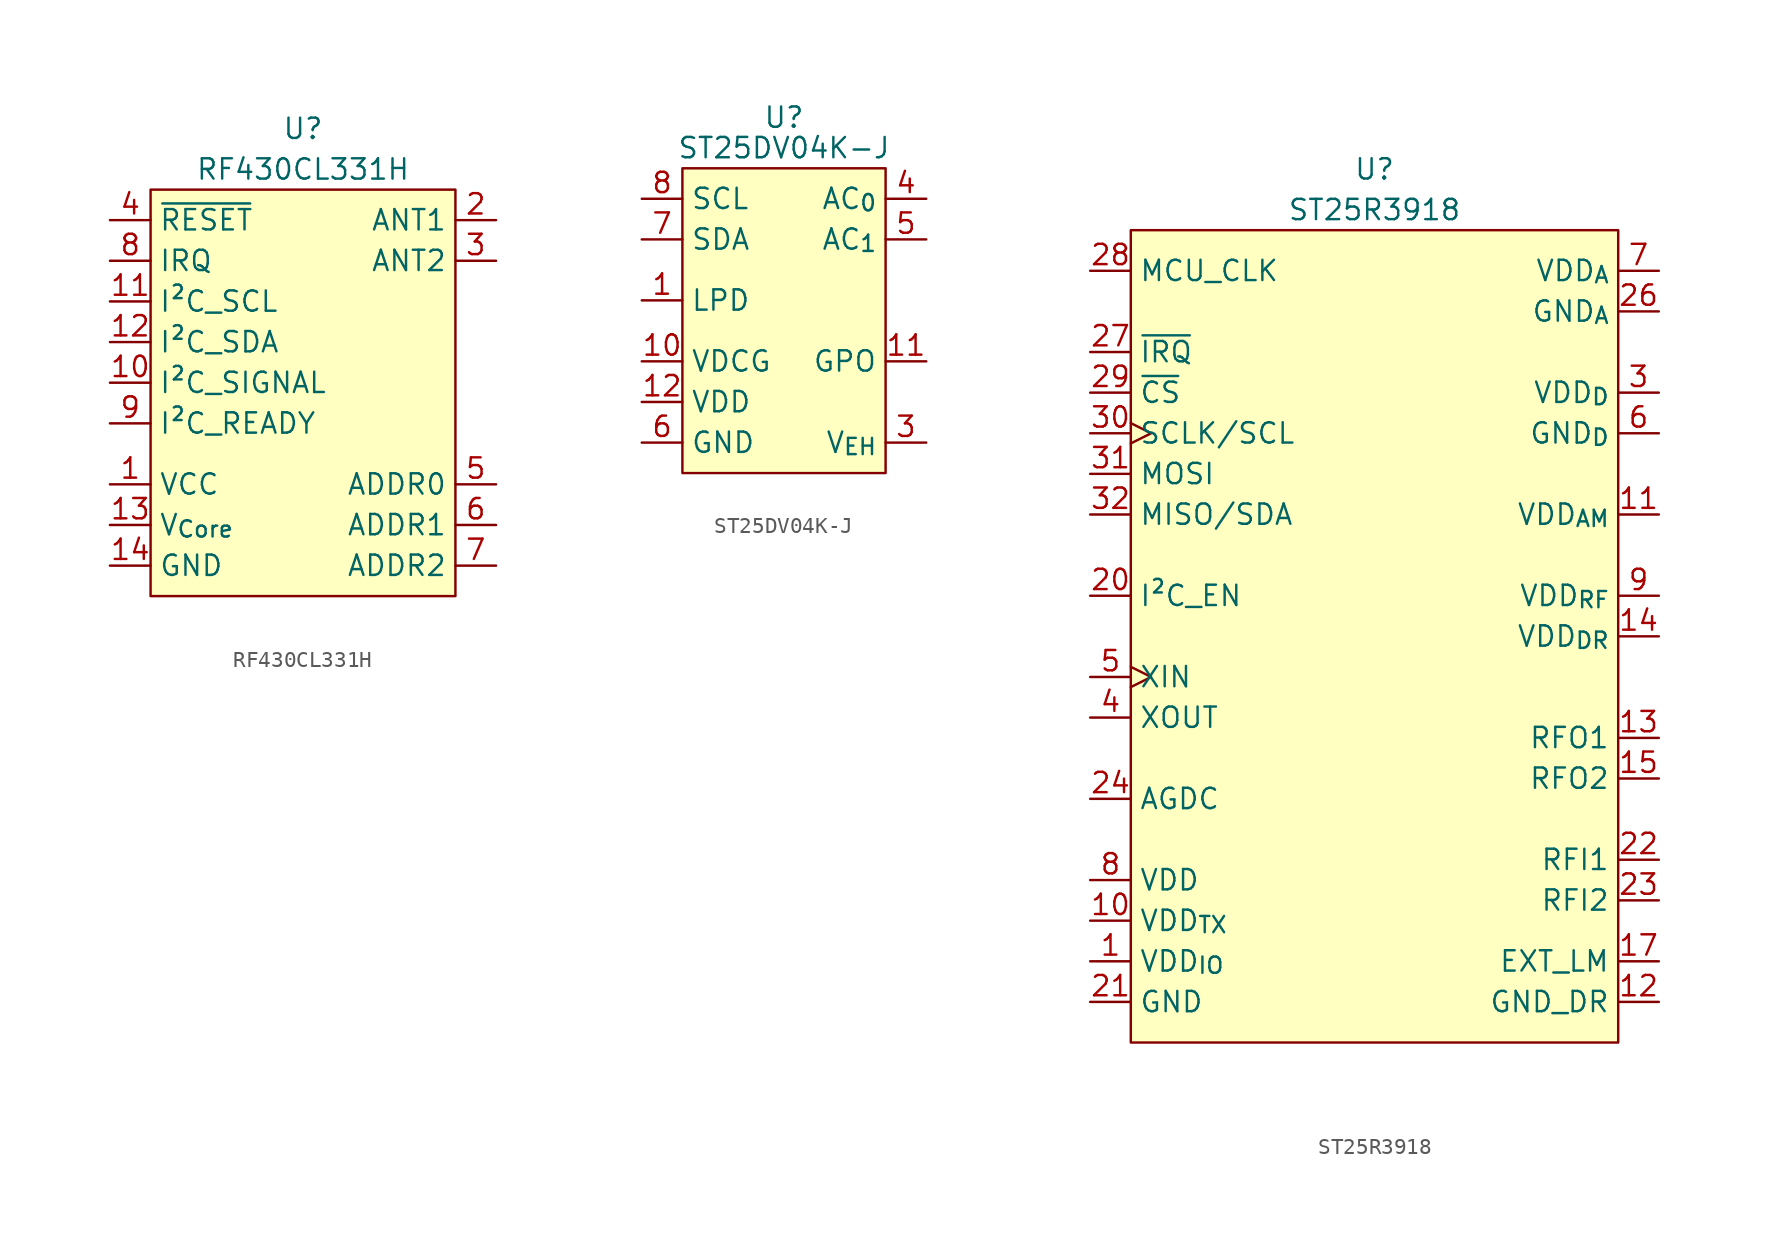
<source format=kicad_sym>
(kicad_symbol_lib
  (version 20220914)
  (generator kicad_symbol_editor)
  (symbol "RF430CL331H"
    (property "Reference" "U"
      (at 0 3.81 0)
      (effects (font (size 1.27 1.27))))
    (property "Value" "RF430CL331H"
      (at 0 1.27 0)
      (effects (font (size 1.27 1.27))))
    (symbol "RF430CL331H_0_1"
      (rectangle (start -9.525 0) (end 9.525 -25.4) (stroke (width 0) (type default)) (fill (type background))))
    (symbol "RF430CL331H_1_1"
      (pin power_in line (at -12.065 -18.415 0) (length 2.54) (name "VCC" (effects (font (size 1.27 1.27)))) (number "1" (effects (font (size 1.27 1.27)))))
      (pin output line (at -12.065 -12.065 0) (length 2.54) (name "I²C_SIGNAL" (effects (font (size 1.27 1.27)))) (number "10" (effects (font (size 1.27 1.27)))))
      (pin bidirectional line (at -12.065 -6.985 0) (length 2.54) (name "I²C_SCL" (effects (font (size 1.27 1.27)))) (number "11" (effects (font (size 1.27 1.27)))))
      (pin bidirectional line (at -12.065 -9.525 0) (length 2.54) (name "I²C_SDA" (effects (font (size 1.27 1.27)))) (number "12" (effects (font (size 1.27 1.27)))))
      (pin passive line (at -12.065 -20.955 0) (length 2.54) (name "V_{Core}" (effects (font (size 1.27 1.27)))) (number "13" (effects (font (size 1.27 1.27)))))
      (pin power_in line (at -12.065 -23.495 0) (length 2.54) (name "GND" (effects (font (size 1.27 1.27)))) (number "14" (effects (font (size 1.27 1.27)))))
      (pin passive line (at 12.065 -1.905 180) (length 2.54) (name "ANT1" (effects (font (size 1.27 1.27)))) (number "2" (effects (font (size 1.27 1.27)))))
      (pin passive line (at 12.065 -4.445 180) (length 2.54) (name "ANT2" (effects (font (size 1.27 1.27)))) (number "3" (effects (font (size 1.27 1.27)))))
      (pin input line (at -12.065 -1.905 0) (length 2.54) (name "~{RESET}" (effects (font (size 1.27 1.27)))) (number "4" (effects (font (size 1.27 1.27)))))
      (pin input line (at 12.065 -18.415 180) (length 2.54) (name "ADDR0" (effects (font (size 1.27 1.27)))) (number "5" (effects (font (size 1.27 1.27)))))
      (pin input line (at 12.065 -20.955 180) (length 2.54) (name "ADDR1" (effects (font (size 1.27 1.27)))) (number "6" (effects (font (size 1.27 1.27)))))
      (pin input line (at 12.065 -23.495 180) (length 2.54) (name "ADDR2" (effects (font (size 1.27 1.27)))) (number "7" (effects (font (size 1.27 1.27)))))
      (pin output line (at -12.065 -4.445 0) (length 2.54) (name "IRQ" (effects (font (size 1.27 1.27)))) (number "8" (effects (font (size 1.27 1.27)))))
      (pin output line (at -12.065 -14.605 0) (length 2.54) (name "I²C_READY" (effects (font (size 1.27 1.27)))) (number "9" (effects (font (size 1.27 1.27)))))))
  (symbol "ST25DV04K-J"
    (property "Reference" "U"
      (at 0 3.175 0)
      (effects (font (size 1.27 1.27))))
    (property "Value" "ST25DV04K-J"
      (at 0 1.27 0)
      (effects (font (size 1.27 1.27))))
    (symbol "ST25DV04K-J_0_1"
      (rectangle (start -6.35 0) (end 6.35 -19.05) (stroke (width 0) (type default)) (fill (type background))))
    (symbol "ST25DV04K-J_1_1"
      (pin input line (at -8.89 -8.255 0) (length 2.54) (name "LPD" (effects (font (size 1.27 1.27)))) (number "1" (effects (font (size 1.27 1.27)))))
      (pin power_in line (at -8.89 -12.065 0) (length 2.54) (name "VDCG" (effects (font (size 1.27 1.27)))) (number "10" (effects (font (size 1.27 1.27)))))
      (pin output line (at 8.89 -12.065 180) (length 2.54) (name "GPO" (effects (font (size 1.27 1.27)))) (number "11" (effects (font (size 1.27 1.27)))))
      (pin power_in line (at -8.89 -14.605 0) (length 2.54) (name "VDD" (effects (font (size 1.27 1.27)))) (number "12" (effects (font (size 1.27 1.27)))))
      (pin no_connect line (at 8.89 -14.605 180) (length 2.54) hide (name "NC_{2}" (effects (font (size 1.27 1.27)))) (number "13" (effects (font (size 1.27 1.27)))))
      (pin no_connect line (at 8.89 -14.605 180) (length 2.54) hide (name "NC_{0}" (effects (font (size 1.27 1.27)))) (number "2" (effects (font (size 1.27 1.27)))))
      (pin passive line (at 8.89 -17.145 180) (length 2.54) (name "V_{EH}" (effects (font (size 1.27 1.27)))) (number "3" (effects (font (size 1.27 1.27)))))
      (pin passive line (at 8.89 -1.905 180) (length 2.54) (name "AC_{0}" (effects (font (size 1.27 1.27)))) (number "4" (effects (font (size 1.27 1.27)))))
      (pin passive line (at 8.89 -4.445 180) (length 2.54) (name "AC_{1}" (effects (font (size 1.27 1.27)))) (number "5" (effects (font (size 1.27 1.27)))))
      (pin passive line (at -8.89 -17.145 0) (length 2.54) (name "GND" (effects (font (size 1.27 1.27)))) (number "6" (effects (font (size 1.27 1.27)))))
      (pin bidirectional line (at -8.89 -4.445 0) (length 2.54) (name "SDA" (effects (font (size 1.27 1.27)))) (number "7" (effects (font (size 1.27 1.27)))))
      (pin bidirectional line (at -8.89 -1.905 0) (length 2.54) (name "SCL" (effects (font (size 1.27 1.27)))) (number "8" (effects (font (size 1.27 1.27)))))
      (pin no_connect line (at 8.89 -14.605 180) (length 2.54) hide (name "NC_{1}" (effects (font (size 1.27 1.27)))) (number "9" (effects (font (size 1.27 1.27)))))))
  (symbol "ST25R3918"
    (property "Reference" "U"
      (at 0 3.81 0)
      (effects (font (size 1.27 1.27))))
    (property "Value" "ST25R3918"
      (at 0 1.27 0)
      (effects (font (size 1.27 1.27))))
    (symbol "ST25R3918_0_1"
      (rectangle (start -15.24 0) (end 15.24 -50.8) (stroke (width 0) (type default)) (fill (type background))))
    (symbol "ST25R3918_1_1"
      (pin power_in line (at -17.78 -45.72 0) (length 2.54) (name "VDD_{IO}" (effects (font (size 1.27 1.27)))) (number "1" (effects (font (size 1.27 1.27)))))
      (pin power_in line (at -17.78 -43.18 0) (length 2.54) (name "VDD_{TX}" (effects (font (size 1.27 1.27)))) (number "10" (effects (font (size 1.27 1.27)))))
      (pin passive line (at 17.78 -17.78 180) (length 2.54) (name "VDD_{AM}" (effects (font (size 1.27 1.27)))) (number "11" (effects (font (size 1.27 1.27)))))
      (pin passive line (at 17.78 -48.26 180) (length 2.54) (name "GND_DR" (effects (font (size 1.27 1.27)))) (number "12" (effects (font (size 1.27 1.27)))))
      (pin output line (at 17.78 -31.75 180) (length 2.54) (name "RFO1" (effects (font (size 1.27 1.27)))) (number "13" (effects (font (size 1.27 1.27)))))
      (pin passive line (at 17.78 -25.4 180) (length 2.54) (name "VDD_{DR}" (effects (font (size 1.27 1.27)))) (number "14" (effects (font (size 1.27 1.27)))))
      (pin output line (at 17.78 -34.29 180) (length 2.54) (name "RFO2" (effects (font (size 1.27 1.27)))) (number "15" (effects (font (size 1.27 1.27)))))
      (pin passive line (at 17.78 -48.26 180) (length 2.54) hide (name "GND_DR" (effects (font (size 1.27 1.27)))) (number "16" (effects (font (size 1.27 1.27)))))
      (pin output line (at 17.78 -45.72 180) (length 2.54) (name "EXT_LM" (effects (font (size 1.27 1.27)))) (number "17" (effects (font (size 1.27 1.27)))))
      (pin no_connect line (at -17.78 -20.32 0) (length 2.54) hide (name "" (effects (font (size 1.27 1.27)))) (number "18" (effects (font (size 1.27 1.27)))))
      (pin no_connect line (at -17.78 -21.59 0) (length 2.54) hide (name "" (effects (font (size 1.27 1.27)))) (number "19" (effects (font (size 1.27 1.27)))))
      (pin no_connect line (at -17.78 -19.05 0) (length 2.54) hide (name "" (effects (font (size 1.27 1.27)))) (number "2" (effects (font (size 1.27 1.27)))))
      (pin input line (at -17.78 -22.86 0) (length 2.54) (name "I²C_EN" (effects (font (size 1.27 1.27)))) (number "20" (effects (font (size 1.27 1.27)))))
      (pin passive line (at -17.78 -48.26 0) (length 2.54) (name "GND" (effects (font (size 1.27 1.27)))) (number "21" (effects (font (size 1.27 1.27)))))
      (pin input line (at 17.78 -39.37 180) (length 2.54) (name "RFI1" (effects (font (size 1.27 1.27)))) (number "22" (effects (font (size 1.27 1.27)))))
      (pin input line (at 17.78 -41.91 180) (length 2.54) (name "RFI2" (effects (font (size 1.27 1.27)))) (number "23" (effects (font (size 1.27 1.27)))))
      (pin passive line (at -17.78 -35.56 0) (length 2.54) (name "AGDC" (effects (font (size 1.27 1.27)))) (number "24" (effects (font (size 1.27 1.27)))))
      (pin no_connect line (at -17.78 -24.13 0) (length 2.54) hide (name "" (effects (font (size 1.27 1.27)))) (number "25" (effects (font (size 1.27 1.27)))))
      (pin passive line (at 17.78 -5.08 180) (length 2.54) (name "GND_{A}" (effects (font (size 1.27 1.27)))) (number "26" (effects (font (size 1.27 1.27)))))
      (pin output line (at -17.78 -7.62 0) (length 2.54) (name "~{IRQ}" (effects (font (size 1.27 1.27)))) (number "27" (effects (font (size 1.27 1.27)))))
      (pin output line (at -17.78 -2.54 0) (length 2.54) (name "MCU_CLK" (effects (font (size 1.27 1.27)))) (number "28" (effects (font (size 1.27 1.27)))))
      (pin input line (at -17.78 -10.16 0) (length 2.54) (name "~{CS}" (effects (font (size 1.27 1.27)))) (number "29" (effects (font (size 1.27 1.27)))))
      (pin passive line (at 17.78 -10.16 180) (length 2.54) (name "VDD_{D}" (effects (font (size 1.27 1.27)))) (number "3" (effects (font (size 1.27 1.27)))))
      (pin input clock (at -17.78 -12.7 0) (length 2.54) (name "SCLK/SCL" (effects (font (size 1.27 1.27)))) (number "30" (effects (font (size 1.27 1.27)))))
      (pin input line (at -17.78 -15.24 0) (length 2.54) (name "MOSI" (effects (font (size 1.27 1.27)))) (number "31" (effects (font (size 1.27 1.27)))))
      (pin output line (at -17.78 -17.78 0) (length 2.54) (name "MISO/SDA" (effects (font (size 1.27 1.27)))) (number "32" (effects (font (size 1.27 1.27)))))
      (pin passive line (at -17.78 -48.26 0) (length 2.54) hide (name "GND" (effects (font (size 1.27 1.27)))) (number "33" (effects (font (size 1.27 1.27)))))
      (pin passive line (at -17.78 -30.48 0) (length 2.54) (name "XOUT" (effects (font (size 1.27 1.27)))) (number "4" (effects (font (size 1.27 1.27)))))
      (pin passive clock (at -17.78 -27.94 0) (length 2.54) (name "XIN" (effects (font (size 1.27 1.27)))) (number "5" (effects (font (size 1.27 1.27)))))
      (pin passive line (at 17.78 -12.7 180) (length 2.54) (name "GND_{D}" (effects (font (size 1.27 1.27)))) (number "6" (effects (font (size 1.27 1.27)))))
      (pin passive line (at 17.78 -2.54 180) (length 2.54) (name "VDD_{A}" (effects (font (size 1.27 1.27)))) (number "7" (effects (font (size 1.27 1.27)))))
      (pin power_in line (at -17.78 -40.64 0) (length 2.54) (name "VDD" (effects (font (size 1.27 1.27)))) (number "8" (effects (font (size 1.27 1.27)))))
      (pin passive line (at 17.78 -22.86 180) (length 2.54) (name "VDD_{RF}" (effects (font (size 1.27 1.27)))) (number "9" (effects (font (size 1.27 1.27))))))))
</source>
